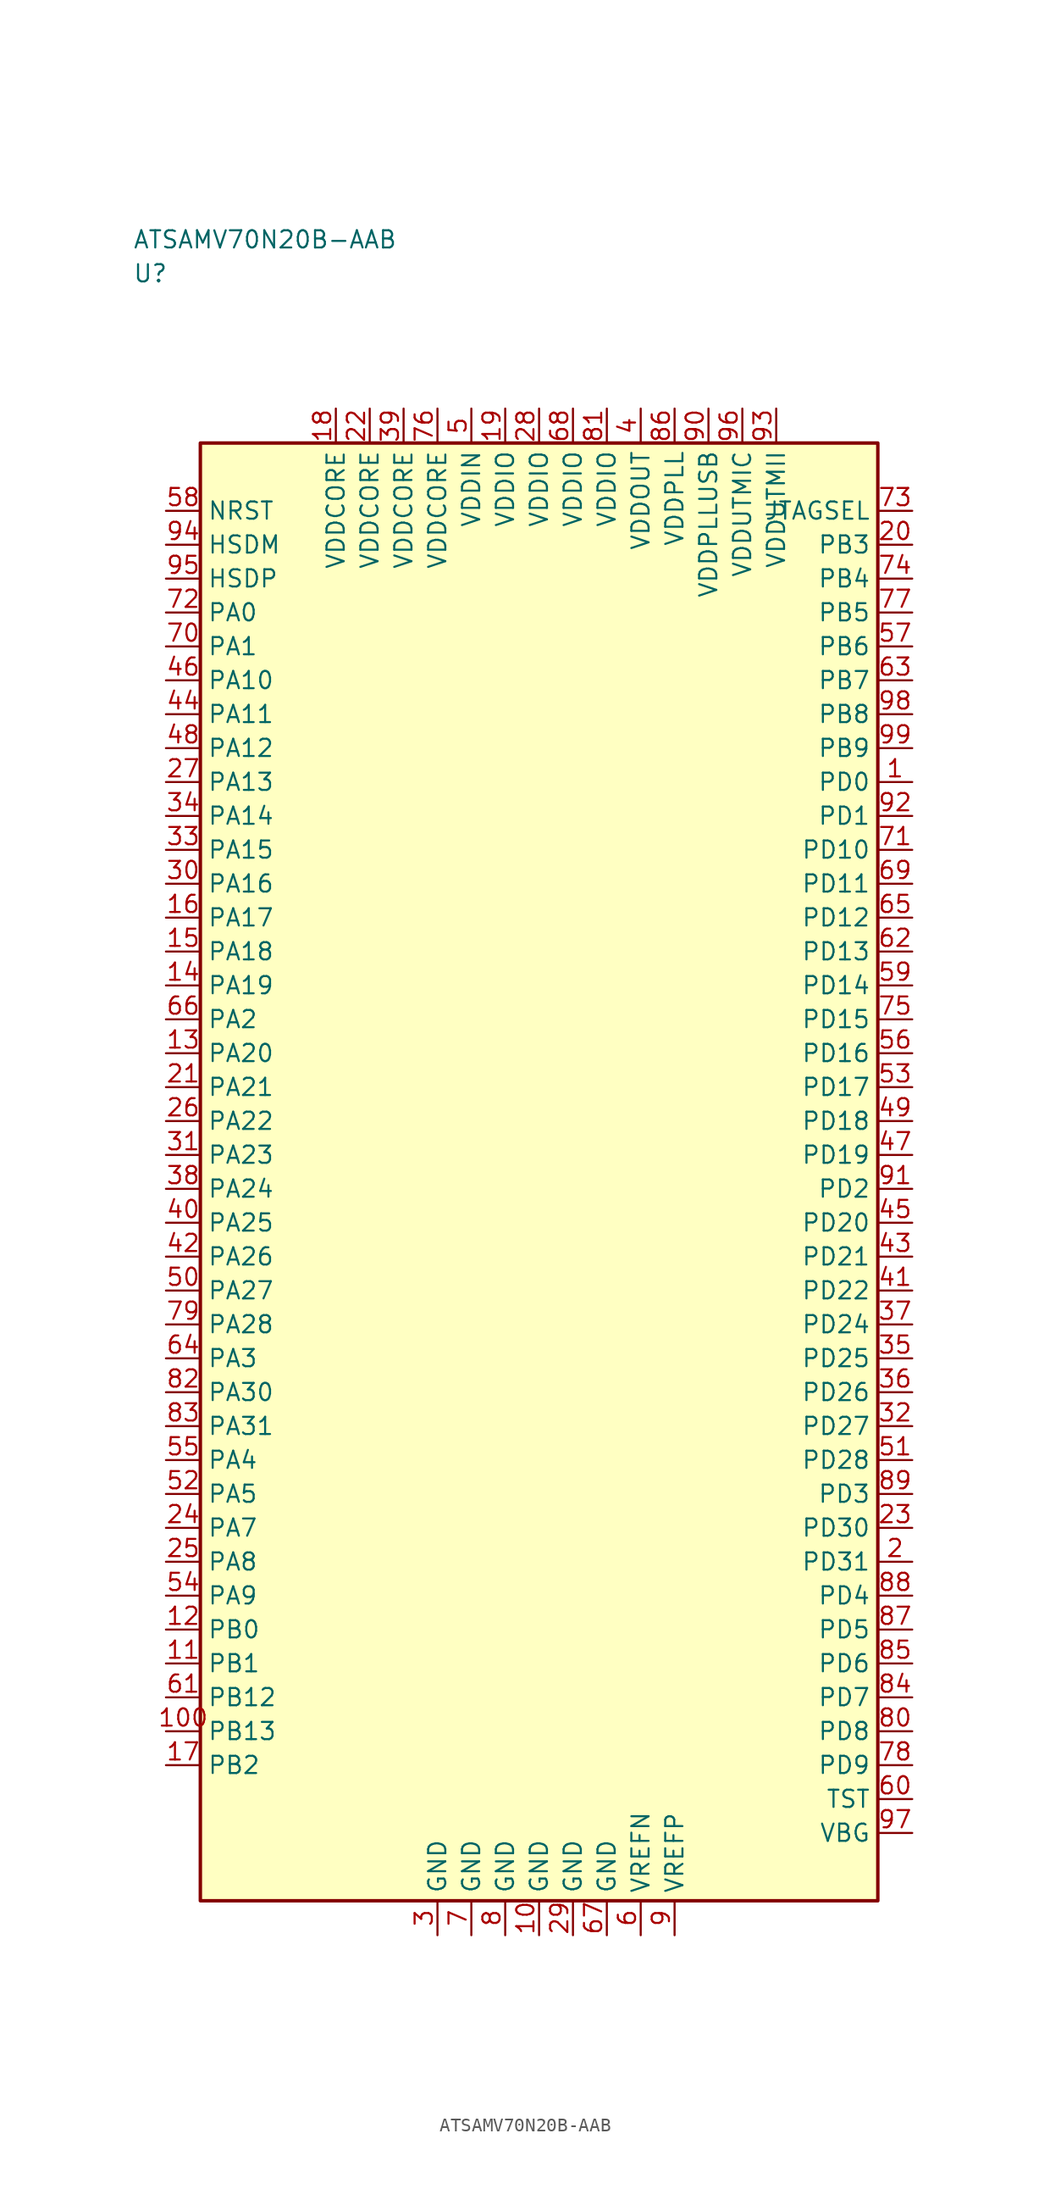
<source format=kicad_sym>
(kicad_symbol_lib
  (version 20241025)
  (generator "kicad_symbol_editor")
  (generator_version "8.0")
  (symbol "ATSAMV70N20B-AAB"
    (property "Reference" "U"
      (at -30.0 66.25 0)
      (effects (font (size 1.27 1.27)) (justify left)))
    (property "Value" "ATSAMV70N20B-AAB"
      (at -30.0 68.75 0)
      (effects (font (size 1.27 1.27)) (justify left)))
    (symbol "ATSAMV70N20B-AAB_0_1"
      (rectangle (start -25.0 53.75) (end 25.0 -53.75) (stroke (width 0.254) (type default)) (fill (type background))))
    (symbol "ATSAMV70N20B-AAB_1_1"
      (pin bidirectional line (at -27.54 41.25 0.0) (length 2.54) (name "PA0" (effects (font (size 1.27 1.27)))) (number "72" (effects (font (size 1.27 1.27)))))
      (pin bidirectional line (at -27.54 38.75 0.0) (length 2.54) (name "PA1" (effects (font (size 1.27 1.27)))) (number "70" (effects (font (size 1.27 1.27)))))
      (pin bidirectional line (at -27.54 11.25 0.0) (length 2.54) (name "PA2" (effects (font (size 1.27 1.27)))) (number "66" (effects (font (size 1.27 1.27)))))
      (pin bidirectional line (at -27.54 -13.75 0.0) (length 2.54) (name "PA3" (effects (font (size 1.27 1.27)))) (number "64" (effects (font (size 1.27 1.27)))))
      (pin bidirectional line (at -27.54 -21.25 0.0) (length 2.54) (name "PA4" (effects (font (size 1.27 1.27)))) (number "55" (effects (font (size 1.27 1.27)))))
      (pin bidirectional line (at -27.54 -23.75 0.0) (length 2.54) (name "PA5" (effects (font (size 1.27 1.27)))) (number "52" (effects (font (size 1.27 1.27)))))
      (pin bidirectional line (at -27.54 -26.25 0.0) (length 2.54) (name "PA7" (effects (font (size 1.27 1.27)))) (number "24" (effects (font (size 1.27 1.27)))))
      (pin bidirectional line (at -27.54 -28.75 0.0) (length 2.54) (name "PA8" (effects (font (size 1.27 1.27)))) (number "25" (effects (font (size 1.27 1.27)))))
      (pin bidirectional line (at -27.54 -31.25 0.0) (length 2.54) (name "PA9" (effects (font (size 1.27 1.27)))) (number "54" (effects (font (size 1.27 1.27)))))
      (pin bidirectional line (at -27.54 36.25 0.0) (length 2.54) (name "PA10" (effects (font (size 1.27 1.27)))) (number "46" (effects (font (size 1.27 1.27)))))
      (pin bidirectional line (at -27.54 33.75 0.0) (length 2.54) (name "PA11" (effects (font (size 1.27 1.27)))) (number "44" (effects (font (size 1.27 1.27)))))
      (pin bidirectional line (at -27.54 31.25 0.0) (length 2.54) (name "PA12" (effects (font (size 1.27 1.27)))) (number "48" (effects (font (size 1.27 1.27)))))
      (pin bidirectional line (at -27.54 28.75 0.0) (length 2.54) (name "PA13" (effects (font (size 1.27 1.27)))) (number "27" (effects (font (size 1.27 1.27)))))
      (pin bidirectional line (at -27.54 26.25 0.0) (length 2.54) (name "PA14" (effects (font (size 1.27 1.27)))) (number "34" (effects (font (size 1.27 1.27)))))
      (pin bidirectional line (at -27.54 23.75 0.0) (length 2.54) (name "PA15" (effects (font (size 1.27 1.27)))) (number "33" (effects (font (size 1.27 1.27)))))
      (pin bidirectional line (at -27.54 21.25 0.0) (length 2.54) (name "PA16" (effects (font (size 1.27 1.27)))) (number "30" (effects (font (size 1.27 1.27)))))
      (pin bidirectional line (at -27.54 18.75 0.0) (length 2.54) (name "PA17" (effects (font (size 1.27 1.27)))) (number "16" (effects (font (size 1.27 1.27)))))
      (pin bidirectional line (at -27.54 16.25 0.0) (length 2.54) (name "PA18" (effects (font (size 1.27 1.27)))) (number "15" (effects (font (size 1.27 1.27)))))
      (pin bidirectional line (at -27.54 13.75 0.0) (length 2.54) (name "PA19" (effects (font (size 1.27 1.27)))) (number "14" (effects (font (size 1.27 1.27)))))
      (pin bidirectional line (at -27.54 8.75 0.0) (length 2.54) (name "PA20" (effects (font (size 1.27 1.27)))) (number "13" (effects (font (size 1.27 1.27)))))
      (pin bidirectional line (at -27.54 6.25 0.0) (length 2.54) (name "PA21" (effects (font (size 1.27 1.27)))) (number "21" (effects (font (size 1.27 1.27)))))
      (pin bidirectional line (at -27.54 3.75 0.0) (length 2.54) (name "PA22" (effects (font (size 1.27 1.27)))) (number "26" (effects (font (size 1.27 1.27)))))
      (pin bidirectional line (at -27.54 1.25 0.0) (length 2.54) (name "PA23" (effects (font (size 1.27 1.27)))) (number "31" (effects (font (size 1.27 1.27)))))
      (pin bidirectional line (at -27.54 -1.25 0.0) (length 2.54) (name "PA24" (effects (font (size 1.27 1.27)))) (number "38" (effects (font (size 1.27 1.27)))))
      (pin bidirectional line (at -27.54 -3.75 0.0) (length 2.54) (name "PA25" (effects (font (size 1.27 1.27)))) (number "40" (effects (font (size 1.27 1.27)))))
      (pin bidirectional line (at -27.54 -6.25 0.0) (length 2.54) (name "PA26" (effects (font (size 1.27 1.27)))) (number "42" (effects (font (size 1.27 1.27)))))
      (pin bidirectional line (at -27.54 -8.75 0.0) (length 2.54) (name "PA27" (effects (font (size 1.27 1.27)))) (number "50" (effects (font (size 1.27 1.27)))))
      (pin bidirectional line (at -27.54 -11.25 0.0) (length 2.54) (name "PA28" (effects (font (size 1.27 1.27)))) (number "79" (effects (font (size 1.27 1.27)))))
      (pin bidirectional line (at -27.54 -16.25 0.0) (length 2.54) (name "PA30" (effects (font (size 1.27 1.27)))) (number "82" (effects (font (size 1.27 1.27)))))
      (pin bidirectional line (at -27.54 -18.75 0.0) (length 2.54) (name "PA31" (effects (font (size 1.27 1.27)))) (number "83" (effects (font (size 1.27 1.27)))))
      (pin bidirectional line (at -27.54 -33.75 0.0) (length 2.54) (name "PB0" (effects (font (size 1.27 1.27)))) (number "12" (effects (font (size 1.27 1.27)))))
      (pin bidirectional line (at -27.54 -36.25 0.0) (length 2.54) (name "PB1" (effects (font (size 1.27 1.27)))) (number "11" (effects (font (size 1.27 1.27)))))
      (pin bidirectional line (at -27.54 -43.75 0.0) (length 2.54) (name "PB2" (effects (font (size 1.27 1.27)))) (number "17" (effects (font (size 1.27 1.27)))))
      (pin bidirectional line (at 27.54 46.25 180.0) (length 2.54) (name "PB3" (effects (font (size 1.27 1.27)))) (number "20" (effects (font (size 1.27 1.27)))))
      (pin bidirectional line (at 27.54 43.75 180.0) (length 2.54) (name "PB4" (effects (font (size 1.27 1.27)))) (number "74" (effects (font (size 1.27 1.27)))))
      (pin bidirectional line (at 27.54 41.25 180.0) (length 2.54) (name "PB5" (effects (font (size 1.27 1.27)))) (number "77" (effects (font (size 1.27 1.27)))))
      (pin bidirectional line (at 27.54 38.75 180.0) (length 2.54) (name "PB6" (effects (font (size 1.27 1.27)))) (number "57" (effects (font (size 1.27 1.27)))))
      (pin bidirectional line (at 27.54 36.25 180.0) (length 2.54) (name "PB7" (effects (font (size 1.27 1.27)))) (number "63" (effects (font (size 1.27 1.27)))))
      (pin bidirectional line (at 27.54 33.75 180.0) (length 2.54) (name "PB8" (effects (font (size 1.27 1.27)))) (number "98" (effects (font (size 1.27 1.27)))))
      (pin bidirectional line (at 27.54 31.25 180.0) (length 2.54) (name "PB9" (effects (font (size 1.27 1.27)))) (number "99" (effects (font (size 1.27 1.27)))))
      (pin bidirectional line (at -27.54 -38.75 0.0) (length 2.54) (name "PB12" (effects (font (size 1.27 1.27)))) (number "61" (effects (font (size 1.27 1.27)))))
      (pin bidirectional line (at -27.54 -41.25 0.0) (length 2.54) (name "PB13" (effects (font (size 1.27 1.27)))) (number "100" (effects (font (size 1.27 1.27)))))
      (pin bidirectional line (at 27.54 28.75 180.0) (length 2.54) (name "PD0" (effects (font (size 1.27 1.27)))) (number "1" (effects (font (size 1.27 1.27)))))
      (pin bidirectional line (at 27.54 26.25 180.0) (length 2.54) (name "PD1" (effects (font (size 1.27 1.27)))) (number "92" (effects (font (size 1.27 1.27)))))
      (pin bidirectional line (at 27.54 -1.25 180.0) (length 2.54) (name "PD2" (effects (font (size 1.27 1.27)))) (number "91" (effects (font (size 1.27 1.27)))))
      (pin bidirectional line (at 27.54 -23.75 180.0) (length 2.54) (name "PD3" (effects (font (size 1.27 1.27)))) (number "89" (effects (font (size 1.27 1.27)))))
      (pin bidirectional line (at 27.54 -31.25 180.0) (length 2.54) (name "PD4" (effects (font (size 1.27 1.27)))) (number "88" (effects (font (size 1.27 1.27)))))
      (pin bidirectional line (at 27.54 -33.75 180.0) (length 2.54) (name "PD5" (effects (font (size 1.27 1.27)))) (number "87" (effects (font (size 1.27 1.27)))))
      (pin bidirectional line (at 27.54 -36.25 180.0) (length 2.54) (name "PD6" (effects (font (size 1.27 1.27)))) (number "85" (effects (font (size 1.27 1.27)))))
      (pin bidirectional line (at 27.54 -38.75 180.0) (length 2.54) (name "PD7" (effects (font (size 1.27 1.27)))) (number "84" (effects (font (size 1.27 1.27)))))
      (pin bidirectional line (at 27.54 -41.25 180.0) (length 2.54) (name "PD8" (effects (font (size 1.27 1.27)))) (number "80" (effects (font (size 1.27 1.27)))))
      (pin bidirectional line (at 27.54 -43.75 180.0) (length 2.54) (name "PD9" (effects (font (size 1.27 1.27)))) (number "78" (effects (font (size 1.27 1.27)))))
      (pin bidirectional line (at 27.54 23.75 180.0) (length 2.54) (name "PD10" (effects (font (size 1.27 1.27)))) (number "71" (effects (font (size 1.27 1.27)))))
      (pin bidirectional line (at 27.54 21.25 180.0) (length 2.54) (name "PD11" (effects (font (size 1.27 1.27)))) (number "69" (effects (font (size 1.27 1.27)))))
      (pin bidirectional line (at 27.54 18.75 180.0) (length 2.54) (name "PD12" (effects (font (size 1.27 1.27)))) (number "65" (effects (font (size 1.27 1.27)))))
      (pin bidirectional line (at 27.54 16.25 180.0) (length 2.54) (name "PD13" (effects (font (size 1.27 1.27)))) (number "62" (effects (font (size 1.27 1.27)))))
      (pin bidirectional line (at 27.54 13.75 180.0) (length 2.54) (name "PD14" (effects (font (size 1.27 1.27)))) (number "59" (effects (font (size 1.27 1.27)))))
      (pin bidirectional line (at 27.54 11.25 180.0) (length 2.54) (name "PD15" (effects (font (size 1.27 1.27)))) (number "75" (effects (font (size 1.27 1.27)))))
      (pin bidirectional line (at 27.54 8.75 180.0) (length 2.54) (name "PD16" (effects (font (size 1.27 1.27)))) (number "56" (effects (font (size 1.27 1.27)))))
      (pin bidirectional line (at 27.54 6.25 180.0) (length 2.54) (name "PD17" (effects (font (size 1.27 1.27)))) (number "53" (effects (font (size 1.27 1.27)))))
      (pin bidirectional line (at 27.54 3.75 180.0) (length 2.54) (name "PD18" (effects (font (size 1.27 1.27)))) (number "49" (effects (font (size 1.27 1.27)))))
      (pin bidirectional line (at 27.54 1.25 180.0) (length 2.54) (name "PD19" (effects (font (size 1.27 1.27)))) (number "47" (effects (font (size 1.27 1.27)))))
      (pin bidirectional line (at 27.54 -3.75 180.0) (length 2.54) (name "PD20" (effects (font (size 1.27 1.27)))) (number "45" (effects (font (size 1.27 1.27)))))
      (pin bidirectional line (at 27.54 -6.25 180.0) (length 2.54) (name "PD21" (effects (font (size 1.27 1.27)))) (number "43" (effects (font (size 1.27 1.27)))))
      (pin bidirectional line (at 27.54 -8.75 180.0) (length 2.54) (name "PD22" (effects (font (size 1.27 1.27)))) (number "41" (effects (font (size 1.27 1.27)))))
      (pin bidirectional line (at 27.54 -11.25 180.0) (length 2.54) (name "PD24" (effects (font (size 1.27 1.27)))) (number "37" (effects (font (size 1.27 1.27)))))
      (pin bidirectional line (at 27.54 -13.75 180.0) (length 2.54) (name "PD25" (effects (font (size 1.27 1.27)))) (number "35" (effects (font (size 1.27 1.27)))))
      (pin bidirectional line (at 27.54 -16.25 180.0) (length 2.54) (name "PD26" (effects (font (size 1.27 1.27)))) (number "36" (effects (font (size 1.27 1.27)))))
      (pin bidirectional line (at 27.54 -18.75 180.0) (length 2.54) (name "PD27" (effects (font (size 1.27 1.27)))) (number "32" (effects (font (size 1.27 1.27)))))
      (pin bidirectional line (at 27.54 -21.25 180.0) (length 2.54) (name "PD28" (effects (font (size 1.27 1.27)))) (number "51" (effects (font (size 1.27 1.27)))))
      (pin bidirectional line (at 27.54 -26.25 180.0) (length 2.54) (name "PD30" (effects (font (size 1.27 1.27)))) (number "23" (effects (font (size 1.27 1.27)))))
      (pin bidirectional line (at 27.54 -28.75 180.0) (length 2.54) (name "PD31" (effects (font (size 1.27 1.27)))) (number "2" (effects (font (size 1.27 1.27)))))
      (pin power_in line (at 7.5 56.29 270.0) (length 2.54) (name "VDDOUT" (effects (font (size 1.27 1.27)))) (number "4" (effects (font (size 1.27 1.27)))))
      (pin power_in line (at -5.0 56.29 270.0) (length 2.54) (name "VDDIN" (effects (font (size 1.27 1.27)))) (number "5" (effects (font (size 1.27 1.27)))))
      (pin passive line (at 7.5 -56.29 90.0) (length 2.54) (name "VREFN" (effects (font (size 1.27 1.27)))) (number "6" (effects (font (size 1.27 1.27)))))
      (pin passive line (at 10.0 -56.29 90.0) (length 2.54) (name "VREFP" (effects (font (size 1.27 1.27)))) (number "9" (effects (font (size 1.27 1.27)))))
      (pin input line (at -27.54 48.75 0.0) (length 2.54) (name "NRST" (effects (font (size 1.27 1.27)))) (number "58" (effects (font (size 1.27 1.27)))))
      (pin bidirectional line (at 27.54 -46.25 180.0) (length 2.54) (name "TST" (effects (font (size 1.27 1.27)))) (number "60" (effects (font (size 1.27 1.27)))))
      (pin power_in line (at -2.5 56.29 270.0) (length 2.54) (name "VDDIO" (effects (font (size 1.27 1.27)))) (number "19" (effects (font (size 1.27 1.27)))))
      (pin power_in line (at 0.0 56.29 270.0) (length 2.54) (name "VDDIO" (effects (font (size 1.27 1.27)))) (number "28" (effects (font (size 1.27 1.27)))))
      (pin power_in line (at 2.5 56.29 270.0) (length 2.54) (name "VDDIO" (effects (font (size 1.27 1.27)))) (number "68" (effects (font (size 1.27 1.27)))))
      (pin power_in line (at 5.0 56.29 270.0) (length 2.54) (name "VDDIO" (effects (font (size 1.27 1.27)))) (number "81" (effects (font (size 1.27 1.27)))))
      (pin output line (at 27.54 48.75 180.0) (length 2.54) (name "JTAGSEL" (effects (font (size 1.27 1.27)))) (number "73" (effects (font (size 1.27 1.27)))))
      (pin power_in line (at -15.0 56.29 270.0) (length 2.54) (name "VDDCORE" (effects (font (size 1.27 1.27)))) (number "18" (effects (font (size 1.27 1.27)))))
      (pin power_in line (at -12.5 56.29 270.0) (length 2.54) (name "VDDCORE" (effects (font (size 1.27 1.27)))) (number "22" (effects (font (size 1.27 1.27)))))
      (pin power_in line (at -10.0 56.29 270.0) (length 2.54) (name "VDDCORE" (effects (font (size 1.27 1.27)))) (number "39" (effects (font (size 1.27 1.27)))))
      (pin power_in line (at -7.5 56.29 270.0) (length 2.54) (name "VDDCORE" (effects (font (size 1.27 1.27)))) (number "76" (effects (font (size 1.27 1.27)))))
      (pin power_in line (at 10.0 56.29 270.0) (length 2.54) (name "VDDPLL" (effects (font (size 1.27 1.27)))) (number "86" (effects (font (size 1.27 1.27)))))
      (pin power_in line (at 17.5 56.29 270.0) (length 2.54) (name "VDDUTMII" (effects (font (size 1.27 1.27)))) (number "93" (effects (font (size 1.27 1.27)))))
      (pin bidirectional line (at -27.54 46.25 0.0) (length 2.54) (name "HSDM" (effects (font (size 1.27 1.27)))) (number "94" (effects (font (size 1.27 1.27)))))
      (pin bidirectional line (at -27.54 43.75 0.0) (length 2.54) (name "HSDP" (effects (font (size 1.27 1.27)))) (number "95" (effects (font (size 1.27 1.27)))))
      (pin passive line (at -7.5 -56.29 90.0) (length 2.54) (name "GND" (effects (font (size 1.27 1.27)))) (number "3" (effects (font (size 1.27 1.27)))))
      (pin passive line (at -5.0 -56.29 90.0) (length 2.54) (name "GND" (effects (font (size 1.27 1.27)))) (number "7" (effects (font (size 1.27 1.27)))))
      (pin passive line (at -2.5 -56.29 90.0) (length 2.54) (name "GND" (effects (font (size 1.27 1.27)))) (number "8" (effects (font (size 1.27 1.27)))))
      (pin passive line (at 0.0 -56.29 90.0) (length 2.54) (name "GND" (effects (font (size 1.27 1.27)))) (number "10" (effects (font (size 1.27 1.27)))))
      (pin passive line (at 2.5 -56.29 90.0) (length 2.54) (name "GND" (effects (font (size 1.27 1.27)))) (number "29" (effects (font (size 1.27 1.27)))))
      (pin passive line (at 5.0 -56.29 90.0) (length 2.54) (name "GND" (effects (font (size 1.27 1.27)))) (number "67" (effects (font (size 1.27 1.27)))))
      (pin power_in line (at 15.0 56.29 270.0) (length 2.54) (name "VDDUTMIC" (effects (font (size 1.27 1.27)))) (number "96" (effects (font (size 1.27 1.27)))))
      (pin bidirectional line (at 27.54 -48.75 180.0) (length 2.54) (name "VBG" (effects (font (size 1.27 1.27)))) (number "97" (effects (font (size 1.27 1.27)))))
      (pin power_in line (at 12.5 56.29 270.0) (length 2.54) (name "VDDPLLUSB" (effects (font (size 1.27 1.27)))) (number "90" (effects (font (size 1.27 1.27))))))))
</source>
